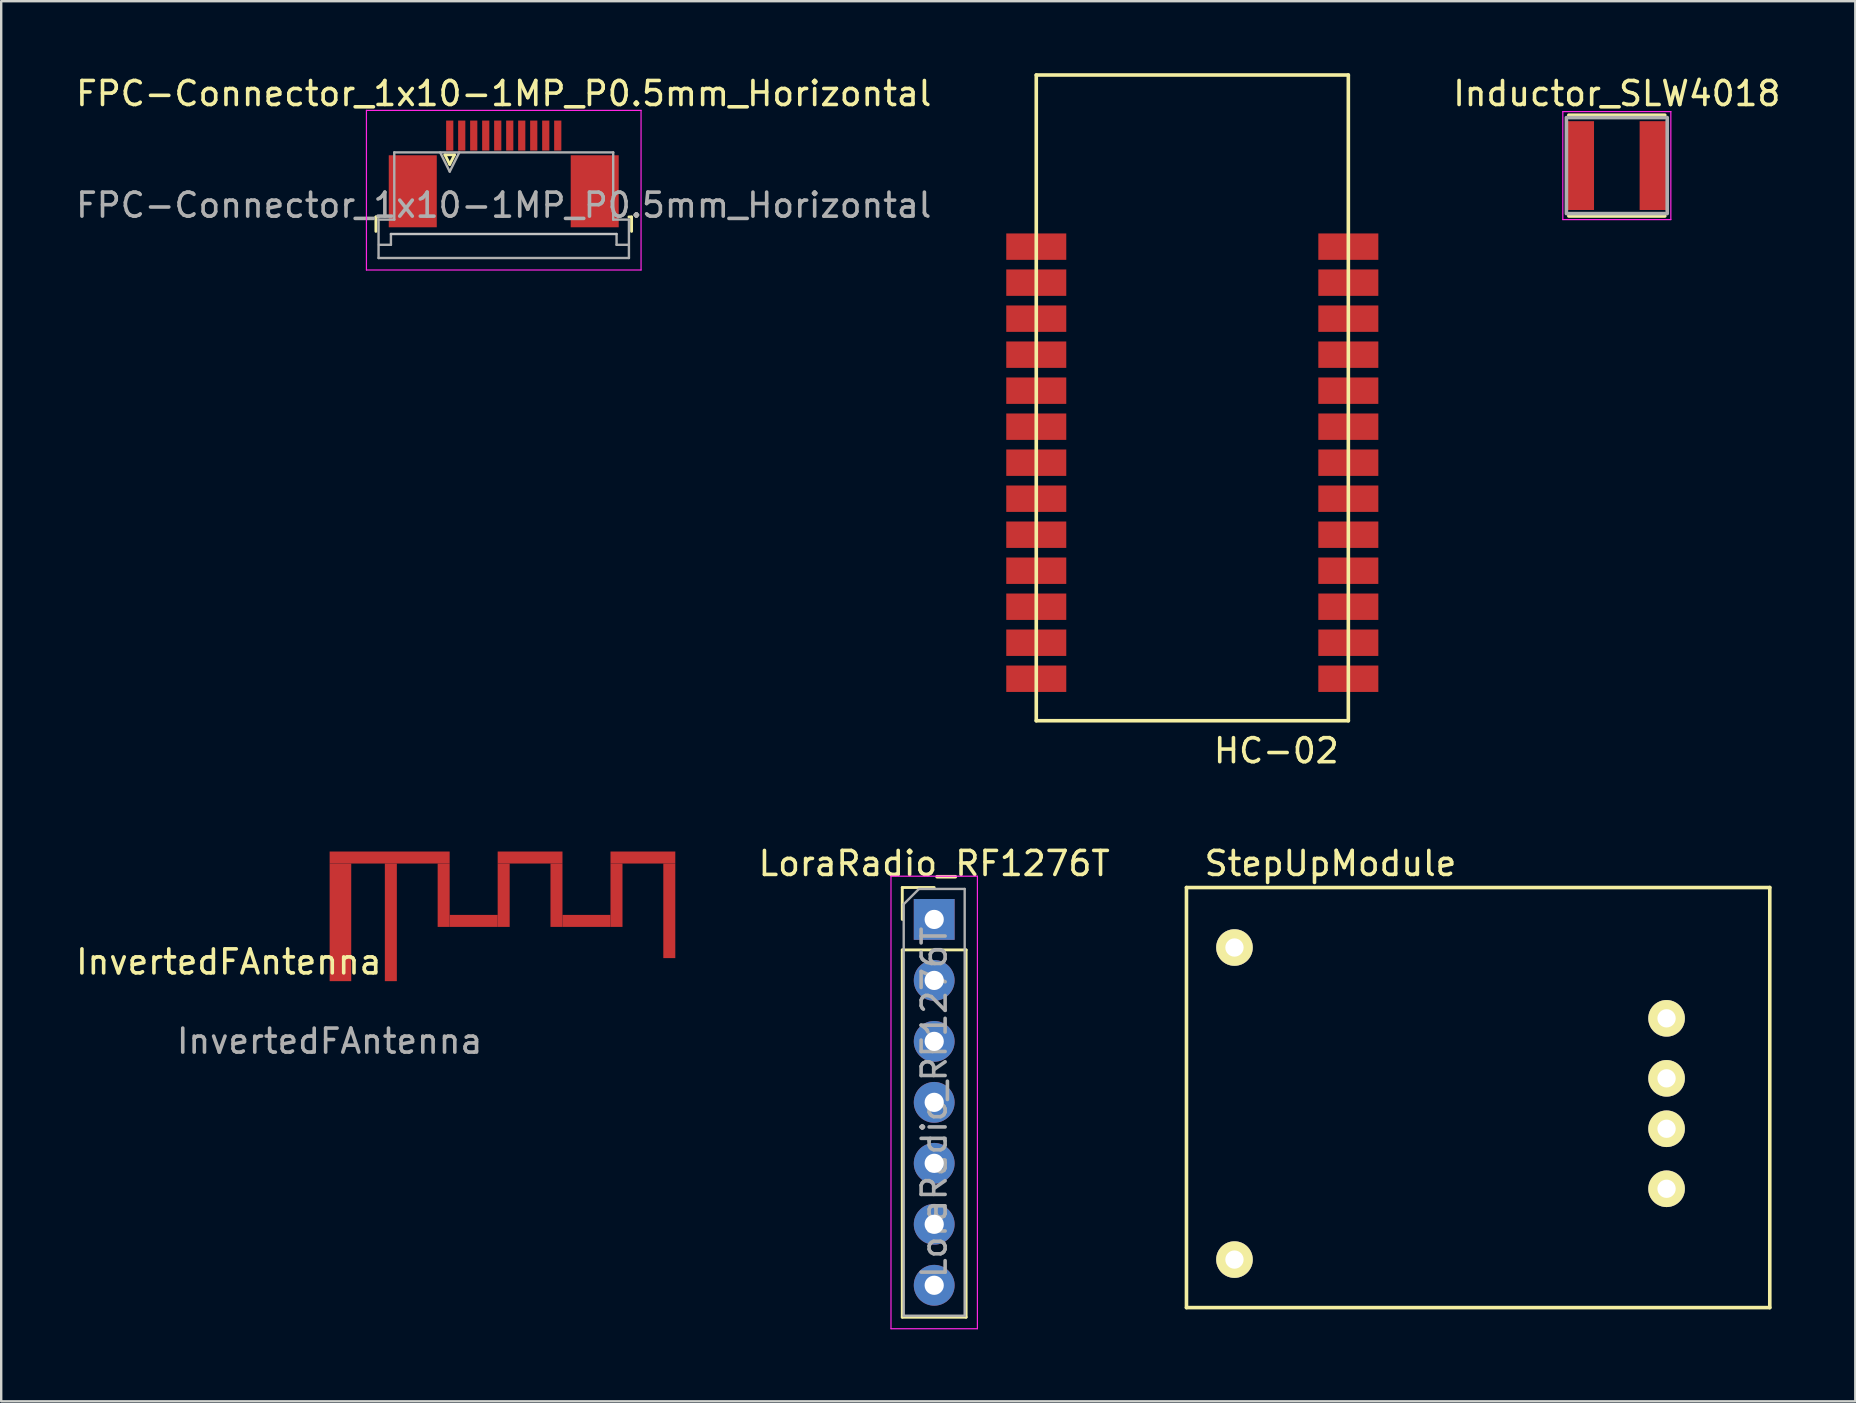
<source format=kicad_pcb>
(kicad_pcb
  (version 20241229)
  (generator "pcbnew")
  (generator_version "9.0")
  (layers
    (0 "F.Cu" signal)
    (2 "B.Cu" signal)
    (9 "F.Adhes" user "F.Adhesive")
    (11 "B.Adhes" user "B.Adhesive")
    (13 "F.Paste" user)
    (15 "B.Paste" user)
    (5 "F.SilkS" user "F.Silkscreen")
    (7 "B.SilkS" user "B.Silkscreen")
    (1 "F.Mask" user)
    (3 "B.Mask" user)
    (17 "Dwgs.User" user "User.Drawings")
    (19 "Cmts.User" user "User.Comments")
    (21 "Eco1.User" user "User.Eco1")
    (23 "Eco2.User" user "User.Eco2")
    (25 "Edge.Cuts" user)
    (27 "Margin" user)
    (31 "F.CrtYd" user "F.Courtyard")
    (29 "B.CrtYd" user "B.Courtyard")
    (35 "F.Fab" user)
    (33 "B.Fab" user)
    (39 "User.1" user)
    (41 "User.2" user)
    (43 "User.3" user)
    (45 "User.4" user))
  (footprint "FPC-Connector_1x10-1MP_P0.5mm_Horizontal"
    (layer "F.Cu")
    (at 17.935 3.948)
    (property "Reference" "FPC-Connector_1x10-1MP_P0.5mm_Horizontal" (at 0 -3.1 0) (layer "F.SilkS") (effects (font (size 1 1) (thickness 0.15))))
    (attr smd)
    (fp_line (start -5.325 2.04) (end -5.325 2.64) (stroke (width 0.12) (type solid)) (layer "F.SilkS"))
    (fp_line (start -5.215 2.04) (end -5.325 2.04) (stroke (width 0.12) (type solid)) (layer "F.SilkS"))
    (fp_line (start -2.45 -0.55) (end -2.25 -0.15) (stroke (width 0.12) (type solid)) (layer "F.SilkS"))
    (fp_line (start -2.25 -0.15) (end -2.05 -0.55) (stroke (width 0.12) (type solid)) (layer "F.SilkS"))
    (fp_line (start -2.05 -0.55) (end -2.45 -0.55) (stroke (width 0.12) (type solid)) (layer "F.SilkS"))
    (fp_line (start 5.215 2.04) (end 5.325 2.04) (stroke (width 0.12) (type solid)) (layer "F.SilkS"))
    (fp_line (start 5.325 2.04) (end 5.325 2.64) (stroke (width 0.12) (type solid)) (layer "F.SilkS"))
    (fp_line (start 4.7 2.75) (end -4.7 2.75) (stroke (width 0.1) (type solid)) (layer "Dwgs.User"))
    (fp_line (start -5.72 -2.4) (end -5.72 4.25) (stroke (width 0.05) (type solid)) (layer "F.CrtYd"))
    (fp_line (start -5.72 4.25) (end 5.72 4.25) (stroke (width 0.05) (type solid)) (layer "F.CrtYd"))
    (fp_line (start 5.72 -2.4) (end -5.72 -2.4) (stroke (width 0.05) (type solid)) (layer "F.CrtYd"))
    (fp_line (start 5.72 4.25) (end 5.72 -2.4) (stroke (width 0.05) (type solid)) (layer "F.CrtYd"))
    (fp_line (start -5.215 2.15) (end -4.56 2.15) (stroke (width 0.1) (type solid)) (layer "F.Fab"))
    (fp_line (start -5.215 3.75) (end -5.215 2.15) (stroke (width 0.1) (type solid)) (layer "F.Fab"))
    (fp_line (start -5.2 3.2) (end -4.7 3.2) (stroke (width 0.1) (type solid)) (layer "F.Fab"))
    (fp_line (start -4.7 3.2) (end -4.7 2.75) (stroke (width 0.1) (type solid)) (layer "F.Fab"))
    (fp_line (start -4.56 -0.65) (end 4.56 -0.65) (stroke (width 0.1) (type solid)) (layer "F.Fab"))
    (fp_line (start -4.56 2.15) (end -4.56 -0.65) (stroke (width 0.1) (type solid)) (layer "F.Fab"))
    (fp_line (start -2.65 -0.65) (end -2.25 0.15) (stroke (width 0.1) (type solid)) (layer "F.Fab"))
    (fp_line (start -2.25 0.15) (end -1.85 -0.65) (stroke (width 0.1) (type solid)) (layer "F.Fab"))
    (fp_line (start 4.56 -0.65) (end 4.56 2.15) (stroke (width 0.1) (type solid)) (layer "F.Fab"))
    (fp_line (start 4.56 2.15) (end 5.215 2.15) (stroke (width 0.1) (type solid)) (layer "F.Fab"))
    (fp_line (start 4.7 3.2) (end 4.7 2.75) (stroke (width 0.1) (type solid)) (layer "F.Fab"))
    (fp_line (start 5.2 3.2) (end 4.7 3.2) (stroke (width 0.1) (type solid)) (layer "F.Fab"))
    (fp_line (start 5.215 2.15) (end 5.215 3.75) (stroke (width 0.1) (type solid)) (layer "F.Fab"))
    (fp_line (start 5.215 3.75) (end -5.215 3.75) (stroke (width 0.1) (type solid)) (layer "F.Fab"))
    (fp_text user "${REFERENCE}" (at 0 1.55 0) (layer "F.Fab") (effects (font (size 1 1) (thickness 0.15))))
    (pad "1" smd rect (at -2.25 -1.35) (size 0.3 1.25) (layers "F.Cu" "F.Mask" "F.Paste"))
    (pad "2" smd rect (at -1.75 -1.35) (size 0.3 1.25) (layers "F.Cu" "F.Mask" "F.Paste"))
    (pad "3" smd rect (at -1.25 -1.35) (size 0.3 1.25) (layers "F.Cu" "F.Mask" "F.Paste"))
    (pad "4" smd rect (at -0.75 -1.35) (size 0.3 1.25) (layers "F.Cu" "F.Mask" "F.Paste"))
    (pad "5" smd rect (at -0.25 -1.35) (size 0.3 1.25) (layers "F.Cu" "F.Mask" "F.Paste"))
    (pad "6" smd rect (at 0.25 -1.35) (size 0.3 1.25) (layers "F.Cu" "F.Mask" "F.Paste"))
    (pad "7" smd rect (at 0.75 -1.35) (size 0.3 1.25) (layers "F.Cu" "F.Mask" "F.Paste"))
    (pad "8" smd rect (at 1.25 -1.35) (size 0.3 1.25) (layers "F.Cu" "F.Mask" "F.Paste"))
    (pad "9" smd rect (at 1.75 -1.35) (size 0.3 1.25) (layers "F.Cu" "F.Mask" "F.Paste"))
    (pad "10" smd rect (at 2.25 -1.35) (size 0.3 1.25) (layers "F.Cu" "F.Mask" "F.Paste"))
    (pad "MP" smd rect (at -3.79 0.97) (size 2 3) (layers "F.Cu" "F.Mask" "F.Paste"))
    (pad "MP" smd rect (at 3.79 0.97) (size 2 3) (layers "F.Cu" "F.Mask" "F.Paste")))
  (footprint "HC-02"
    (layer "F.Cu")
    (at 46.619 7.225)
    (property "Reference" "HC-02" (at 3.5 21 0) (layer "F.SilkS") (effects (font (size 1 1) (thickness 0.15))))
    (attr through_hole)
    (fp_line (start -6.5 -7.15) (end -6.5 19.75) (stroke (width 0.15) (type solid)) (layer "F.SilkS"))
    (fp_line (start -6.5 -7.15) (end 6.5 -7.15) (stroke (width 0.15) (type solid)) (layer "F.SilkS"))
    (fp_line (start -6.5 19.75) (end 6.5 19.75) (stroke (width 0.15) (type solid)) (layer "F.SilkS"))
    (fp_line (start 6.5 -7.15) (end 6.5 19.75) (stroke (width 0.15) (type solid)) (layer "F.SilkS"))
    (pad "1" smd rect (at -6.5 0) (size 2.5 1.1) (layers "F.Cu" "F.Mask" "F.Paste"))
    (pad "2" smd rect (at -6.5 1.5) (size 2.5 1.1) (layers "F.Cu" "F.Mask" "F.Paste"))
    (pad "3" smd rect (at -6.5 3) (size 2.5 1.1) (layers "F.Cu" "F.Mask" "F.Paste"))
    (pad "4" smd rect (at -6.5 4.5) (size 2.5 1.1) (layers "F.Cu" "F.Mask" "F.Paste"))
    (pad "5" smd rect (at -6.5 6) (size 2.5 1.1) (layers "F.Cu" "F.Mask" "F.Paste"))
    (pad "6" smd rect (at -6.5 7.5) (size 2.5 1.1) (layers "F.Cu" "F.Mask" "F.Paste"))
    (pad "7" smd rect (at -6.5 9) (size 2.5 1.1) (layers "F.Cu" "F.Mask" "F.Paste"))
    (pad "8" smd rect (at -6.5 10.5) (size 2.5 1.1) (layers "F.Cu" "F.Mask" "F.Paste"))
    (pad "9" smd rect (at -6.5 12) (size 2.5 1.1) (layers "F.Cu" "F.Mask" "F.Paste"))
    (pad "10" smd rect (at -6.5 13.5) (size 2.5 1.1) (layers "F.Cu" "F.Mask" "F.Paste"))
    (pad "11" smd rect (at -6.5 15) (size 2.5 1.1) (layers "F.Cu" "F.Mask" "F.Paste"))
    (pad "12" smd rect (at -6.5 16.5) (size 2.5 1.1) (layers "F.Cu" "F.Mask" "F.Paste"))
    (pad "13" smd rect (at -6.5 18) (size 2.5 1.1) (layers "F.Cu" "F.Mask" "F.Paste"))
    (pad "14" smd rect (at 6.5 18) (size 2.5 1.1) (layers "F.Cu" "F.Mask" "F.Paste"))
    (pad "15" smd rect (at 6.5 16.5) (size 2.5 1.1) (layers "F.Cu" "F.Mask" "F.Paste"))
    (pad "16" smd rect (at 6.5 15) (size 2.5 1.1) (layers "F.Cu" "F.Mask" "F.Paste"))
    (pad "17" smd rect (at 6.5 13.5) (size 2.5 1.1) (layers "F.Cu" "F.Mask" "F.Paste"))
    (pad "18" smd rect (at 6.5 12) (size 2.5 1.1) (layers "F.Cu" "F.Mask" "F.Paste"))
    (pad "19" smd rect (at 6.5 10.5) (size 2.5 1.1) (layers "F.Cu" "F.Mask" "F.Paste"))
    (pad "20" smd rect (at 6.5 9) (size 2.5 1.1) (layers "F.Cu" "F.Mask" "F.Paste"))
    (pad "21" smd rect (at 6.5 7.5) (size 2.5 1.1) (layers "F.Cu" "F.Mask" "F.Paste"))
    (pad "22" smd rect (at 6.5 6) (size 2.5 1.1) (layers "F.Cu" "F.Mask" "F.Paste"))
    (pad "23" smd rect (at 6.5 4.5) (size 2.5 1.1) (layers "F.Cu" "F.Mask" "F.Paste"))
    (pad "24" smd rect (at 6.5 3) (size 2.5 1.1) (layers "F.Cu" "F.Mask" "F.Paste"))
    (pad "25" smd rect (at 6.5 1.5) (size 2.5 1.1) (layers "F.Cu" "F.Mask" "F.Paste"))
    (pad "26" smd rect (at 6.5 0) (size 2.5 1.1) (layers "F.Cu" "F.Mask" "F.Paste")))
  (footprint "LoraRadio_RF1276T"
    (layer "F.Cu")
    (at 35.867 35.252)
    (property "Reference" "LoraRadio_RF1276T" (at 0 -2.33 0) (layer "F.SilkS") (effects (font (size 1 1) (thickness 0.15))))
    (attr through_hole)
    (fp_line (start -1.33 -1.33) (end 0 -1.33) (stroke (width 0.12) (type solid)) (layer "F.SilkS"))
    (fp_line (start -1.33 0) (end -1.33 -1.33) (stroke (width 0.12) (type solid)) (layer "F.SilkS"))
    (fp_line (start -1.33 1.27) (end -1.33 16.57) (stroke (width 0.12) (type solid)) (layer "F.SilkS"))
    (fp_line (start -1.33 1.27) (end 1.33 1.27) (stroke (width 0.12) (type solid)) (layer "F.SilkS"))
    (fp_line (start -1.33 16.57) (end 1.33 16.57) (stroke (width 0.12) (type solid)) (layer "F.SilkS"))
    (fp_line (start 1.33 1.27) (end 1.33 16.57) (stroke (width 0.12) (type solid)) (layer "F.SilkS"))
    (fp_line (start -1.8 -1.8) (end -1.8 17.05) (stroke (width 0.05) (type solid)) (layer "F.CrtYd"))
    (fp_line (start -1.8 17.05) (end 1.8 17.05) (stroke (width 0.05) (type solid)) (layer "F.CrtYd"))
    (fp_line (start 1.8 -1.8) (end -1.8 -1.8) (stroke (width 0.05) (type solid)) (layer "F.CrtYd"))
    (fp_line (start 1.8 17.05) (end 1.8 -1.8) (stroke (width 0.05) (type solid)) (layer "F.CrtYd"))
    (fp_line (start -1.27 -0.635) (end -0.635 -1.27) (stroke (width 0.1) (type solid)) (layer "F.Fab"))
    (fp_line (start -1.27 16.51) (end -1.27 -0.635) (stroke (width 0.1) (type solid)) (layer "F.Fab"))
    (fp_line (start -0.635 -1.27) (end 1.27 -1.27) (stroke (width 0.1) (type solid)) (layer "F.Fab"))
    (fp_line (start 1.27 -1.27) (end 1.27 16.51) (stroke (width 0.1) (type solid)) (layer "F.Fab"))
    (fp_line (start 1.27 16.51) (end -1.27 16.51) (stroke (width 0.1) (type solid)) (layer "F.Fab"))
    (fp_text user "${REFERENCE}" (at 0 7.62 90) (layer "F.Fab") (effects (font (size 1 1) (thickness 0.15))))
    (pad "1" thru_hole rect (at 0 0) (size 1.7 1.7) (drill 0.8) (layers "*.Cu" "*.Mask"))
    (pad "2" thru_hole oval (at 0 2.54) (size 1.7 1.7) (drill 0.8) (layers "*.Cu" "*.Mask"))
    (pad "3" thru_hole oval (at 0 5.08) (size 1.7 1.7) (drill 0.8) (layers "*.Cu" "*.Mask"))
    (pad "4" thru_hole oval (at 0 7.62) (size 1.7 1.7) (drill 0.8) (layers "*.Cu" "*.Mask"))
    (pad "5" thru_hole oval (at 0 10.16) (size 1.7 1.7) (drill 0.8) (layers "*.Cu" "*.Mask"))
    (pad "6" thru_hole oval (at 0 12.7) (size 1.7 1.7) (drill 0.8) (layers "*.Cu" "*.Mask"))
    (pad "7" thru_hole oval (at 0 15.24) (size 1.7 1.7) (drill 0.8) (layers "*.Cu" "*.Mask")))
  (footprint "InvertedFAntenna"
    (layer "F.Cu")
    (at 10.682 37.823)
    (property "Reference" "InvertedFAntenna" (at -4.2 -0.8 0) (unlocked yes) (layer "F.SilkS") (effects (font (size 1 1) (thickness 0.15))))
    (attr smd)
    (fp_rect (start 0 -5.4) (end 5 -4.9) (stroke (width 0) (type solid)) (fill yes) (layer "F.Cu"))
    (fp_rect (start 0 0) (end 0.9 -4.9) (stroke (width 0) (type solid)) (fill yes) (layer "F.Cu"))
    (fp_rect (start 2.3 0) (end 2.8 -4.9) (stroke (width 0) (type solid)) (fill yes) (layer "F.Cu"))
    (fp_rect (start 4.5 -4.9) (end 5 -2.26) (stroke (width 0) (type solid)) (fill yes) (layer "F.Cu"))
    (fp_rect (start 5 -2.76) (end 7 -2.26) (stroke (width 0) (type solid)) (fill yes) (layer "F.Cu"))
    (fp_rect (start 7 -5.4) (end 9.7 -4.9) (stroke (width 0) (type solid)) (fill yes) (layer "F.Cu"))
    (fp_rect (start 7 -4.9) (end 7.5 -2.26) (stroke (width 0) (type solid)) (fill yes) (layer "F.Cu"))
    (fp_rect (start 9.2 -4.9) (end 9.7 -2.26) (stroke (width 0) (type solid)) (fill yes) (layer "F.Cu"))
    (fp_rect (start 9.7 -2.76) (end 11.7 -2.26) (stroke (width 0) (type solid)) (fill yes) (layer "F.Cu"))
    (fp_rect (start 11.7 -5.4) (end 14.4 -4.9) (stroke (width 0) (type solid)) (fill yes) (layer "F.Cu"))
    (fp_rect (start 11.7 -2.26) (end 12.2 -4.9) (stroke (width 0) (type solid)) (fill yes) (layer "F.Cu"))
    (fp_rect (start 13.9 -4.9) (end 14.4 -0.96) (stroke (width 0) (type solid)) (fill yes) (layer "F.Cu"))
    (fp_line (start -0.5 -5.7) (end -0.5 0) (stroke (width 0.1) (type solid)) (layer "Margin"))
    (fp_line (start -0.5 -0.5) (end 14.7 -0.5) (stroke (width 0.1) (type solid)) (layer "Margin"))
    (fp_line (start -0.5 0) (end 14.7 0) (stroke (width 0.1) (type solid)) (layer "Margin"))
    (fp_line (start 14.7 -5.7) (end -0.5 -5.7) (stroke (width 0.1) (type solid)) (layer "Margin"))
    (fp_line (start 14.7 0) (end 14.7 -5.7) (stroke (width 0.1) (type solid)) (layer "Margin"))
    (fp_text user "${REFERENCE}" (at 0 2.5 0) (unlocked yes) (layer "F.Fab") (effects (font (size 1 1) (thickness 0.15))))
    (pad "1" smd circle (at 2.55 -0.25) (size 0.4 0.4) (layers "F.Cu" "F.Mask" "F.Paste"))
    (pad "2" smd circle (at 0.45 -0.25) (size 0.4 0.4) (layers "F.Cu" "F.Mask" "F.Paste")))
  (footprint "StepUpModule"
    (layer "F.Cu")
    (at 58.376 42.922)
    (property "Reference" "StepUpModule" (at -6 -10 0) (layer "F.SilkS") (effects (font (size 1 1) (thickness 0.15))))
    (attr through_hole)
    (fp_line (start -12 -9) (end -12 8.5) (stroke (width 0.15) (type solid)) (layer "F.SilkS"))
    (fp_line (start -12 8.5) (end 12.3 8.5) (stroke (width 0.15) (type solid)) (layer "F.SilkS"))
    (fp_line (start 12.3 -9) (end -12 -9) (stroke (width 0.15) (type solid)) (layer "F.SilkS"))
    (fp_line (start 12.3 8.5) (end 12.3 -9) (stroke (width 0.15) (type solid)) (layer "F.SilkS"))
    (pad "1" thru_hole circle (at -10 -6.5) (size 1.524 1.524) (drill 0.762) (layers "*.Cu" "*.Mask" "F.SilkS"))
    (pad "2" thru_hole circle (at -10 6.5) (size 1.524 1.524) (drill 0.762) (layers "*.Cu" "*.Mask" "F.SilkS"))
    (pad "3" thru_hole circle (at 8 -3.55) (size 1.524 1.524) (drill 0.762) (layers "*.Cu" "*.Mask" "F.SilkS"))
    (pad "4" thru_hole circle (at 8 3.55) (size 1.524 1.524) (drill 0.762) (layers "*.Cu" "*.Mask" "F.SilkS"))
    (pad "5" thru_hole circle (at 8 -1.05) (size 1.524 1.524) (drill 0.762) (layers "*.Cu" "*.Mask" "F.SilkS"))
    (pad "6" thru_hole circle (at 8 1.05) (size 1.524 1.524) (drill 0.762) (layers "*.Cu" "*.Mask" "F.SilkS")))
  (footprint "Inductor_SLW4018"
    (layer "F.Cu")
    (at 64.304 3.848)
    (property "Reference" "Inductor_SLW4018" (at 0 -3 0) (layer "F.SilkS") (effects (font (size 1 1) (thickness 0.15))))
    (attr smd)
    (fp_line (start -2 -2.1) (end 2 -2.1) (stroke (width 0.15) (type solid)) (layer "F.SilkS"))
    (fp_line (start -2 2.1) (end 2 2.1) (stroke (width 0.15) (type solid)) (layer "F.SilkS"))
    (fp_line (start -2.25 -2.25) (end -2.25 2.25) (stroke (width 0.05) (type solid)) (layer "F.CrtYd"))
    (fp_line (start -2.25 2.25) (end 2.25 2.25) (stroke (width 0.05) (type solid)) (layer "F.CrtYd"))
    (fp_line (start 2.25 -2.25) (end -2.25 -2.25) (stroke (width 0.05) (type solid)) (layer "F.CrtYd"))
    (fp_line (start 2.25 2.25) (end 2.25 -2.25) (stroke (width 0.05) (type solid)) (layer "F.CrtYd"))
    (fp_line (start -2.1 -2) (end -2.1 2) (stroke (width 0.15) (type solid)) (layer "F.Fab"))
    (fp_line (start -2 2) (end 2 2) (stroke (width 0.15) (type solid)) (layer "F.Fab"))
    (fp_line (start 2 -2) (end -2 -2) (stroke (width 0.15) (type solid)) (layer "F.Fab"))
    (fp_line (start 2.1 2) (end 2.1 -2) (stroke (width 0.15) (type solid)) (layer "F.Fab"))
    (pad "1" smd rect (at -1.5 0) (size 1.1 3.7) (layers "F.Cu" "F.Mask" "F.Paste"))
    (pad "2" smd rect (at 1.5 0) (size 1.1 3.7) (layers "F.Cu" "F.Mask" "F.Paste")))
  (gr_rect
    (start -3 -3)
    (end 74.238 55.327)
    (stroke (width 0.1) (type default))
    (fill no)
    (layer "Edge.Cuts")))
</source>
